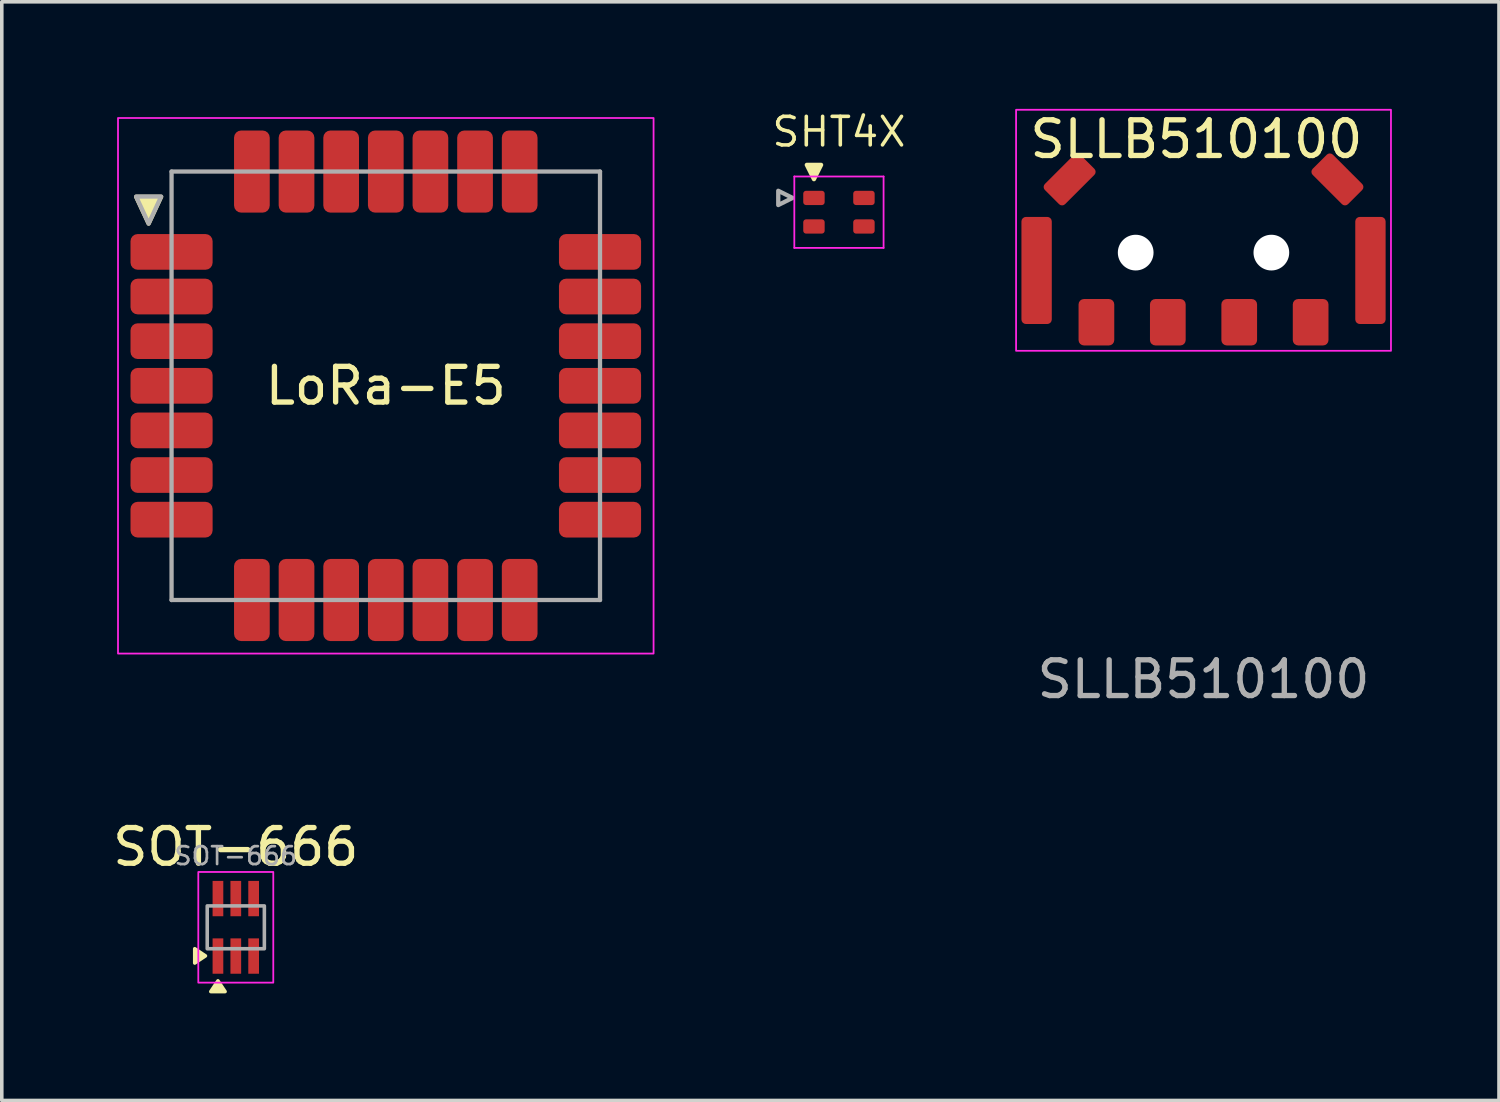
<source format=kicad_pcb>
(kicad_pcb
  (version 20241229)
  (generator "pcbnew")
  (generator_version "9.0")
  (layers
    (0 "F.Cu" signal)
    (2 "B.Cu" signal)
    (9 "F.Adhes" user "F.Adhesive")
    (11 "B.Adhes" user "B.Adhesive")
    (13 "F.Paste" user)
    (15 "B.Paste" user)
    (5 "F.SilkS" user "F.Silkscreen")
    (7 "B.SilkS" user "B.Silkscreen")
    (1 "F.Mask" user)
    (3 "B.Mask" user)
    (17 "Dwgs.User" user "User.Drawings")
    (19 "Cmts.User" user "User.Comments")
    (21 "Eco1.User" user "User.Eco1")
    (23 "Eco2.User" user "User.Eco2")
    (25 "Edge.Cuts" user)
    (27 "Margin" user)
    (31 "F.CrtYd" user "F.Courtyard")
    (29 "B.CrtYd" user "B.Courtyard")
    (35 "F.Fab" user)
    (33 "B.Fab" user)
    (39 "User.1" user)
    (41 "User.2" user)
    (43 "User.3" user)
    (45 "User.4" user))
  (footprint "SHT4X"
    (layer "F.Cu")
    (at 20.447 2.893)
    (property "Reference" "SHT4X" (at 0 -2.25 0) (layer "F.SilkS") (effects (font (size 0.8 0.8) (thickness 0.1))))
    (attr smd)
    (fp_poly (pts (xy -0.9 -1.325) (xy -0.5 -1.325) (xy -0.7 -0.925)) (stroke (width 0.12) (type solid)) (fill yes) (layer "F.SilkS"))
    (fp_line (start -1.25 -1) (end -1.25 1) (stroke (width 0.05) (type solid)) (layer "F.CrtYd"))
    (fp_line (start -1.25 1) (end 1.25 1) (stroke (width 0.05) (type solid)) (layer "F.CrtYd"))
    (fp_line (start 1.25 -1) (end -1.25 -1) (stroke (width 0.05) (type solid)) (layer "F.CrtYd"))
    (fp_line (start 1.25 1) (end 1.25 -1) (stroke (width 0.05) (type solid)) (layer "F.CrtYd"))
    (fp_poly (pts (xy -1.7 -0.2) (xy -1.7 -0.6) (xy -1.3 -0.4)) (stroke (width 0.12) (type solid)) (fill no) (layer "F.Fab"))
    (pad "1" smd roundrect (at -0.7 -0.4) (size 0.6 0.4) (layers "F.Cu" "F.Mask" "F.Paste") (roundrect_rratio 0.2))
    (pad "2" smd roundrect (at -0.7 0.4) (size 0.6 0.4) (layers "F.Cu" "F.Mask" "F.Paste") (roundrect_rratio 0.2))
    (pad "3" smd roundrect (at 0.7 0.4) (size 0.6 0.4) (layers "F.Cu" "F.Mask" "F.Paste") (roundrect_rratio 0.2))
    (pad "4" smd roundrect (at 0.7 -0.4) (size 0.6 0.4) (layers "F.Cu" "F.Mask" "F.Paste") (roundrect_rratio 0.2)))
  (footprint "LoRa-E5"
    (layer "F.Cu")
    (at 7.755 7.755)
    (property "Reference" "LoRa-E5" (at 0 0 0) (layer "F.SilkS") (effects (font (size 1 1) (thickness 0.15))))
    (attr smd)
    (fp_poly (pts (xy -6.992 -5.293) (xy -6.292 -5.293) (xy -6.642 -4.543)) (stroke (width 0.12) (type solid)) (fill yes) (layer "F.SilkS"))
    (fp_rect (start -7.5 -7.5) (end 7.5 7.5) (stroke (width 0.05) (type default)) (fill no) (layer "F.CrtYd"))
    (fp_line (start -6 -6) (end 6 -6) (stroke (width 0.12) (type solid)) (layer "F.Fab"))
    (fp_line (start -6 6) (end -6 -6) (stroke (width 0.12) (type solid)) (layer "F.Fab"))
    (fp_line (start 6 -6) (end 6 6) (stroke (width 0.12) (type solid)) (layer "F.Fab"))
    (fp_line (start 6 6) (end -6 6) (stroke (width 0.12) (type solid)) (layer "F.Fab"))
    (fp_poly (pts (xy -6.992 -5.3) (xy -6.292 -5.3) (xy -6.642 -4.543)) (stroke (width 0.12) (type solid)) (fill no) (layer "F.Fab"))
    (fp_rect (start -7.75 -7.75) (end 7.75 7.75) (stroke (width 0.01) (type dash)) (fill no) (layer "User.1"))
    (fp_rect (start -4.25 -4.25) (end 4.25 4.25) (stroke (width 0.01) (type dash)) (fill no) (layer "User.1"))
    (pad "1" smd roundrect (at -6 -3.75 90) (size 1 2.3) (layers "F.Cu" "F.Mask" "F.Paste") (roundrect_rratio 0.2))
    (pad "2" smd roundrect (at -6 -2.5 90) (size 1 2.3) (layers "F.Cu" "F.Mask" "F.Paste") (roundrect_rratio 0.2))
    (pad "3" smd roundrect (at -6 -1.25 90) (size 1 2.3) (layers "F.Cu" "F.Mask" "F.Paste") (roundrect_rratio 0.2))
    (pad "4" smd roundrect (at -6 0 90) (size 1 2.3) (layers "F.Cu" "F.Mask" "F.Paste") (roundrect_rratio 0.2))
    (pad "5" smd roundrect (at -6 1.25 90) (size 1 2.3) (layers "F.Cu" "F.Mask" "F.Paste") (roundrect_rratio 0.2))
    (pad "6" smd roundrect (at -6 2.5 90) (size 1 2.3) (layers "F.Cu" "F.Mask" "F.Paste") (roundrect_rratio 0.2))
    (pad "7" smd roundrect (at -6 3.75 90) (size 1 2.3) (layers "F.Cu" "F.Mask" "F.Paste") (roundrect_rratio 0.2))
    (pad "8" smd roundrect (at -3.75 6 180) (size 1 2.3) (layers "F.Cu" "F.Mask" "F.Paste") (roundrect_rratio 0.2))
    (pad "9" smd roundrect (at -2.5 6 180) (size 1 2.3) (layers "F.Cu" "F.Mask" "F.Paste") (roundrect_rratio 0.2))
    (pad "10" smd roundrect (at -1.25 6 180) (size 1 2.3) (layers "F.Cu" "F.Mask" "F.Paste") (roundrect_rratio 0.2))
    (pad "11" smd roundrect (at 0 6 180) (size 1 2.3) (layers "F.Cu" "F.Mask" "F.Paste") (roundrect_rratio 0.2))
    (pad "12" smd roundrect (at 1.25 6 180) (size 1 2.3) (layers "F.Cu" "F.Mask" "F.Paste") (roundrect_rratio 0.2))
    (pad "13" smd roundrect (at 2.5 6 180) (size 1 2.3) (layers "F.Cu" "F.Mask" "F.Paste") (roundrect_rratio 0.2))
    (pad "14" smd roundrect (at 3.75 6 180) (size 1 2.3) (layers "F.Cu" "F.Mask" "F.Paste") (roundrect_rratio 0.2))
    (pad "15" smd roundrect (at 6 3.75 270) (size 1 2.3) (layers "F.Cu" "F.Mask" "F.Paste") (roundrect_rratio 0.2))
    (pad "16" smd roundrect (at 6 2.5 270) (size 1 2.3) (layers "F.Cu" "F.Mask" "F.Paste") (roundrect_rratio 0.2))
    (pad "17" smd roundrect (at 6 1.25 270) (size 1 2.3) (layers "F.Cu" "F.Mask" "F.Paste") (roundrect_rratio 0.2))
    (pad "18" smd roundrect (at 6 0 270) (size 1 2.3) (layers "F.Cu" "F.Mask" "F.Paste") (roundrect_rratio 0.2))
    (pad "19" smd roundrect (at 6 -1.25 270) (size 1 2.3) (layers "F.Cu" "F.Mask" "F.Paste") (roundrect_rratio 0.2))
    (pad "20" smd roundrect (at 6 -2.5 270) (size 1 2.3) (layers "F.Cu" "F.Mask" "F.Paste") (roundrect_rratio 0.2))
    (pad "21" smd roundrect (at 6 -3.75 270) (size 1 2.3) (layers "F.Cu" "F.Mask" "F.Paste") (roundrect_rratio 0.2))
    (pad "22" smd roundrect (at 3.75 -6) (size 1 2.3) (layers "F.Cu" "F.Mask" "F.Paste") (roundrect_rratio 0.2))
    (pad "23" smd roundrect (at 2.5 -6) (size 1 2.3) (layers "F.Cu" "F.Mask" "F.Paste") (roundrect_rratio 0.2))
    (pad "24" smd roundrect (at 1.25 -6) (size 1 2.3) (layers "F.Cu" "F.Mask" "F.Paste") (roundrect_rratio 0.2))
    (pad "25" smd roundrect (at 0 -6) (size 1 2.3) (layers "F.Cu" "F.Mask" "F.Paste") (roundrect_rratio 0.2))
    (pad "26" smd roundrect (at -1.25 -6) (size 1 2.3) (layers "F.Cu" "F.Mask" "F.Paste") (roundrect_rratio 0.2))
    (pad "27" smd roundrect (at -2.5 -6) (size 1 2.3) (layers "F.Cu" "F.Mask" "F.Paste") (roundrect_rratio 0.2))
    (pad "28" smd roundrect (at -3.75 -6) (size 1 2.3) (layers "F.Cu" "F.Mask" "F.Paste") (roundrect_rratio 0.2)))
  (footprint "SLLB510100"
    (layer "F.Cu")
    (at 30.658 5.025)
    (property "Reference" "SLLB510100" (at -0.2 -4.175 0) (unlocked yes) (layer "F.SilkS") (effects (font (size 1 1) (thickness 0.15))))
    (attr smd)
    (fp_rect (start -5.25 -5) (end 5.25 1.75) (stroke (width 0.05) (type default)) (fill no) (layer "F.CrtYd"))
    (fp_rect (start -4.75 -1.75) (end 4.75 1.25) (stroke (width 0.12) (type default)) (fill no) (layer "User.1"))
    (fp_arc (start -4.75 -1.75) (mid 0 -4.368051) (end 4.75 -1.75) (stroke (width 0.12) (type default)) (layer "User.1"))
    (fp_text user "${REFERENCE}" (at 0 10.95 0) (unlocked yes) (layer "F.Fab") (effects (font (size 1 1) (thickness 0.15))))
    (pad "" np_thru_hole circle (at -1.9 -1) (size 1 1) (drill 1.1) (layers "*.Cu" "*.Mask"))
    (pad "" np_thru_hole circle (at 1.9 -1) (size 1 1) (drill 1.1) (layers "*.Cu" "*.Mask"))
    (pad "1" smd roundrect (at -3 0.95) (size 1 1.3) (layers "F.Cu" "F.Mask" "F.Paste") (roundrect_rratio 0.15))
    (pad "2" smd roundrect (at 3 0.95) (size 1 1.3) (layers "F.Cu" "F.Mask" "F.Paste") (roundrect_rratio 0.15))
    (pad "C" smd roundrect (at -1 0.95) (size 1 1.3) (layers "F.Cu" "F.Mask" "F.Paste") (roundrect_rratio 0.15))
    (pad "EP" smd roundrect (at -4.675 -0.5) (size 0.85 3) (layers "F.Cu" "F.Mask" "F.Paste") (roundrect_rratio 0.15))
    (pad "EP" smd roundrect (at -3.75 -3.05 315) (size 0.8 1.4) (layers "F.Cu" "F.Mask" "F.Paste") (roundrect_rratio 0.15))
    (pad "EP" smd roundrect (at 3.75 -3.05 45) (size 0.8 1.4) (layers "F.Cu" "F.Mask" "F.Paste") (roundrect_rratio 0.15))
    (pad "EP" smd roundrect (at 4.675 -0.5) (size 0.85 3) (layers "F.Cu" "F.Mask" "F.Paste") (roundrect_rratio 0.15))
    (pad "T" smd roundrect (at 1 0.95) (size 1 1.3) (layers "F.Cu" "F.Mask" "F.Paste") (roundrect_rratio 0.15)))
  (footprint "SOT-666"
    (layer "F.Cu")
    (at 3.554 22.922)
    (property "Reference" "SOT-666" (at 0 -2.25 180) (layer "F.SilkS") (effects (font (size 1 1) (thickness 0.15))))
    (attr smd)
    (fp_poly (pts (xy -0.85 0.8) (xy -1.15 1) (xy -1.15 0.6)) (stroke (width 0.1) (type solid)) (fill yes) (layer "F.SilkS"))
    (fp_poly (pts (xy -0.5 1.5) (xy -0.3 1.8) (xy -0.7 1.8)) (stroke (width 0.1) (type solid)) (fill yes) (layer "F.SilkS"))
    (fp_rect (start -1.05 -1.55) (end 1.05 1.55) (stroke (width 0.05) (type default)) (fill no) (layer "F.CrtYd"))
    (fp_rect (start -0.8 -0.6) (end 0.8 0.6) (stroke (width 0.1) (type default)) (fill no) (layer "F.Fab"))
    (fp_text user "${REFERENCE}" (at 0 -2 180) (layer "F.Fab") (effects (font (size 0.5 0.5) (thickness 0.075))))
    (pad "1" smd rect (at -0.5 0.805 90) (size 0.99 0.3) (layers "F.Cu" "F.Mask" "F.Paste"))
    (pad "2" smd rect (at 0 0.805 90) (size 0.99 0.3) (layers "F.Cu" "F.Mask" "F.Paste"))
    (pad "3" smd rect (at 0.5 0.805 90) (size 0.99 0.3) (layers "F.Cu" "F.Mask" "F.Paste"))
    (pad "4" smd rect (at 0.5 -0.805 90) (size 0.99 0.3) (layers "F.Cu" "F.Mask" "F.Paste"))
    (pad "5" smd rect (at 0 -0.805 90) (size 0.99 0.3) (layers "F.Cu" "F.Mask" "F.Paste"))
    (pad "6" smd rect (at -0.5 -0.805 90) (size 0.99 0.3) (layers "F.Cu" "F.Mask" "F.Paste")))
  (gr_rect
    (start -3 -3)
    (end 38.933 27.771)
    (stroke (width 0.1) (type default))
    (fill no)
    (layer "Edge.Cuts")))
</source>
